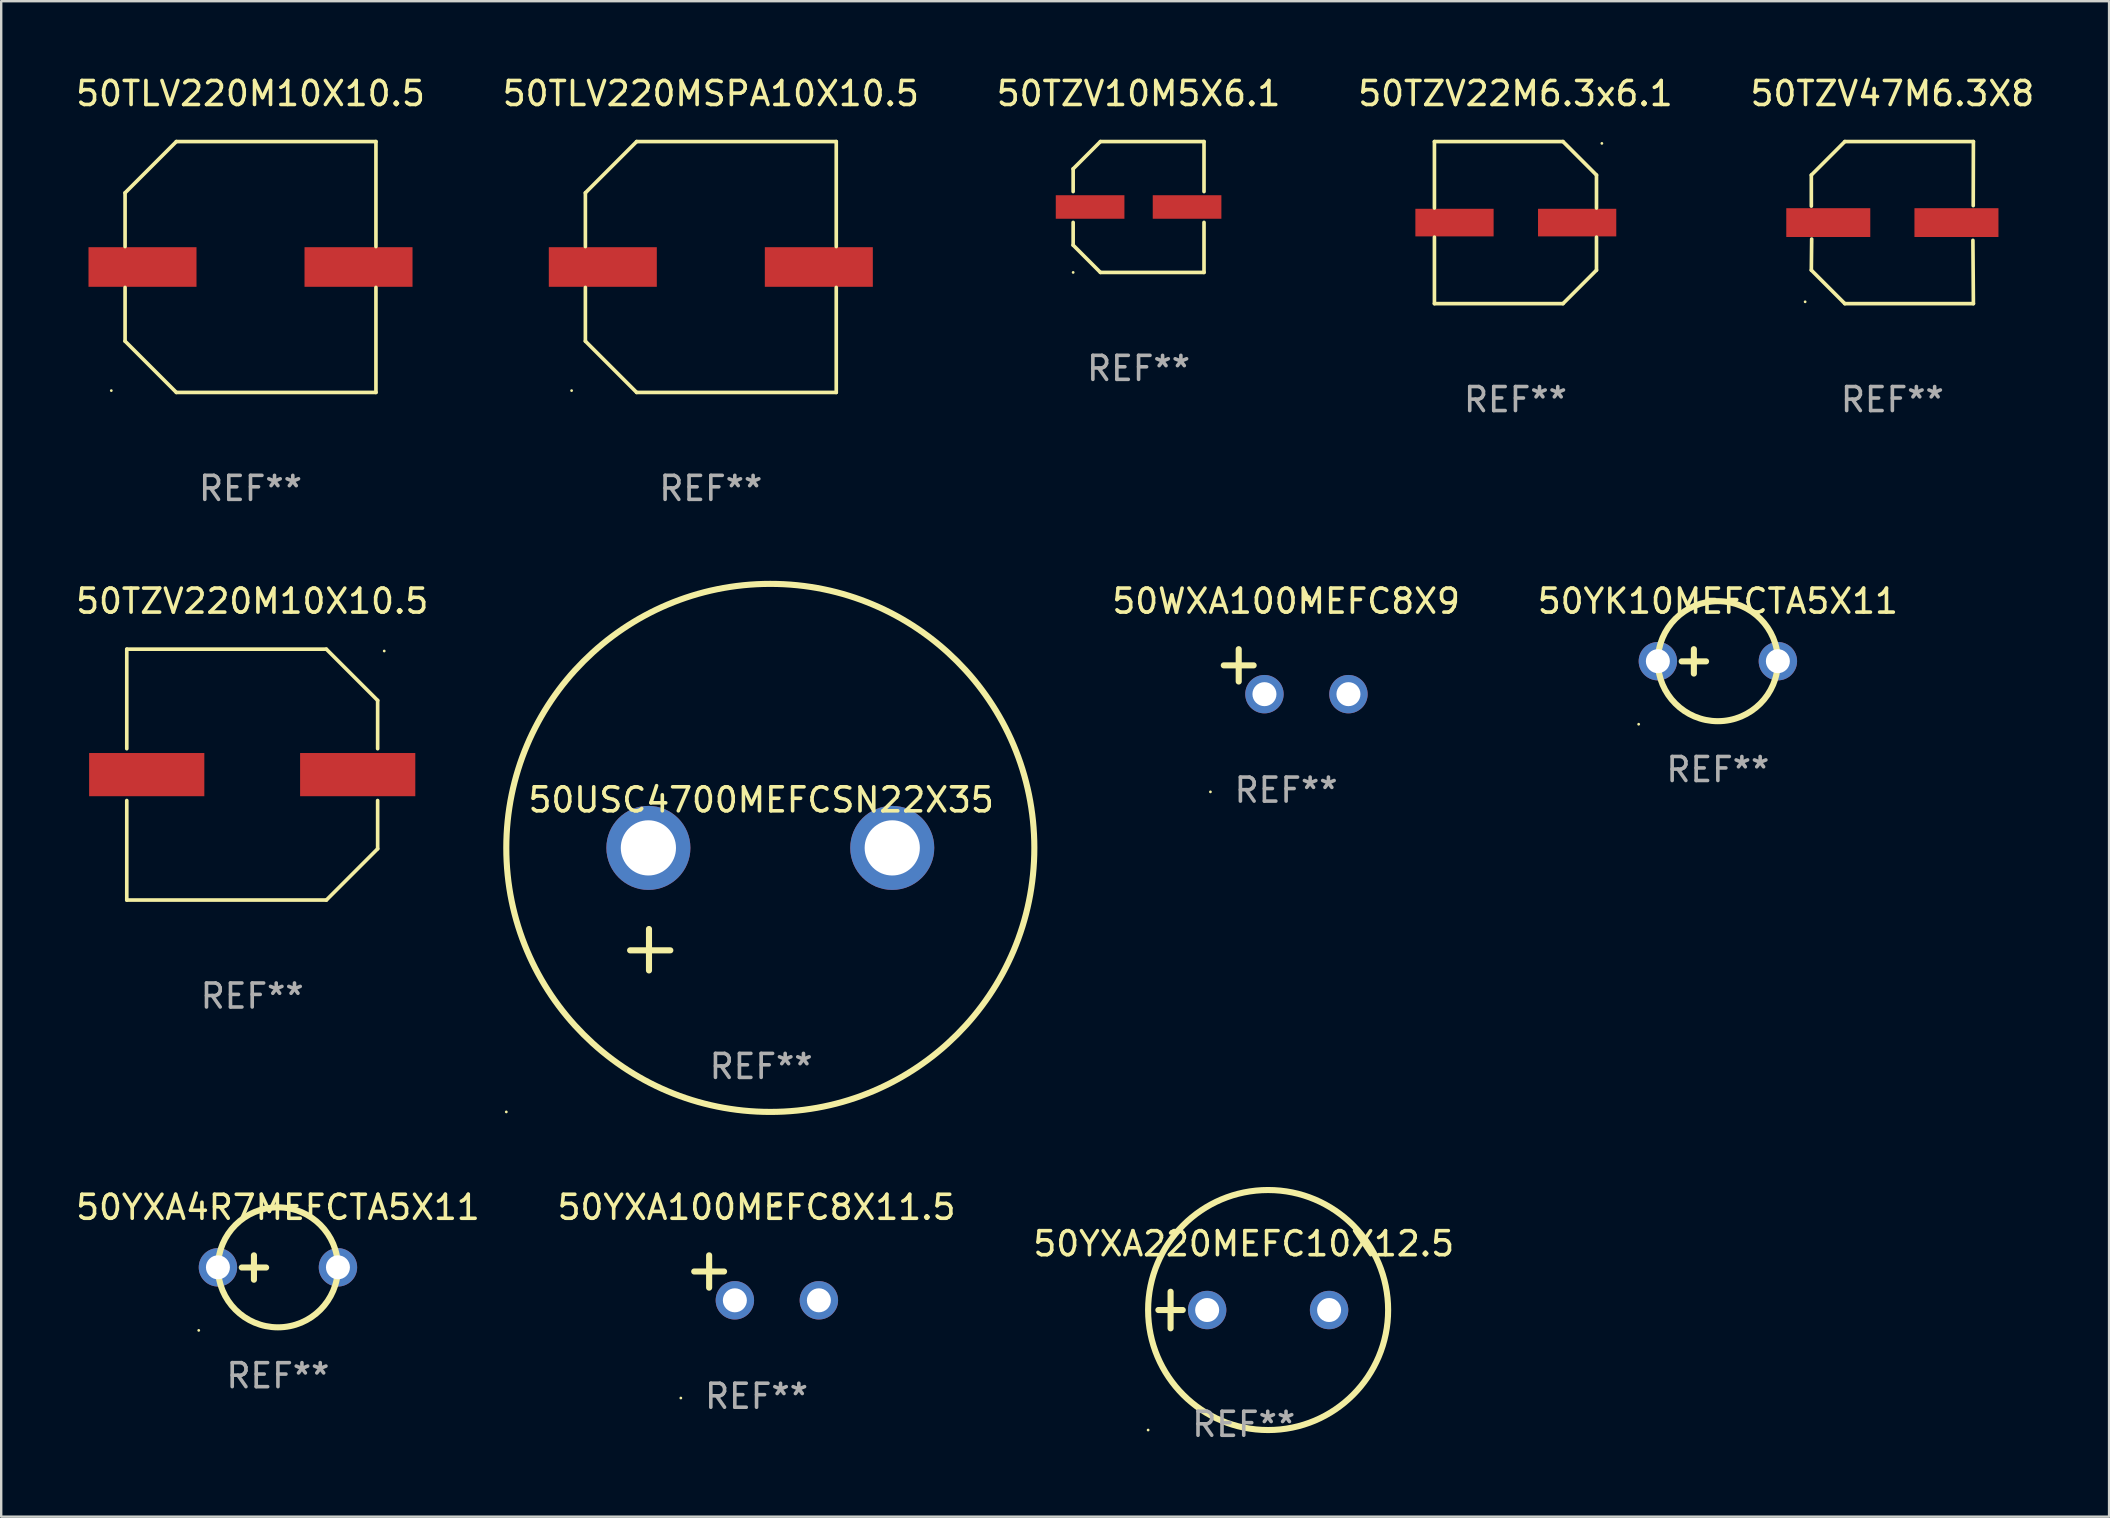
<source format=kicad_pcb>
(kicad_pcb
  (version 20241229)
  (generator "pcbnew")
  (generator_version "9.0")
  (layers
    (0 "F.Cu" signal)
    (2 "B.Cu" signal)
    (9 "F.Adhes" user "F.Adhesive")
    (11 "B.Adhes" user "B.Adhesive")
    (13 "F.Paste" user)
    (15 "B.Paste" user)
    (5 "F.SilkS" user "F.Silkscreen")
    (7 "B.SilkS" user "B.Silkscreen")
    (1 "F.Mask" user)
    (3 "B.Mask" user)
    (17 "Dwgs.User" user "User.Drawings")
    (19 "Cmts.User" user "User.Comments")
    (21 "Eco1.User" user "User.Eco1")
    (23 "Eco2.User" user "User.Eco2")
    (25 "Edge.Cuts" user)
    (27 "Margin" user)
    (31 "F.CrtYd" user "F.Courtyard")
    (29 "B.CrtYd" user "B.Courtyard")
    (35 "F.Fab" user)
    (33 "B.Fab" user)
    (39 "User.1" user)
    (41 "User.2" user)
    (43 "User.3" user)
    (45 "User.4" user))
  (footprint "50TZV10M5X6.1"
    (layer "F.Cu")
    (at 44.387 5.574)
    (property "Reference" "50TZV10M5X6.1" (at 0 -4.726 0) (layer "F.SilkS") (effects (font (size 1 1) (thickness 0.15))))
    (attr through_hole)
    (fp_line (start -2.726 -1.59) (end -1.59 -2.726) (stroke (width 0.152) (type solid)) (layer "F.SilkS"))
    (fp_line (start -2.726 -0.642) (end -2.726 -1.59) (stroke (width 0.152) (type solid)) (layer "F.SilkS"))
    (fp_line (start -2.726 0.642) (end -2.726 1.59) (stroke (width 0.152) (type solid)) (layer "F.SilkS"))
    (fp_line (start -2.726 1.59) (end -1.59 2.726) (stroke (width 0.152) (type solid)) (layer "F.SilkS"))
    (fp_line (start -1.59 -2.726) (end 2.726 -2.726) (stroke (width 0.152) (type solid)) (layer "F.SilkS"))
    (fp_line (start -1.59 2.726) (end 2.726 2.726) (stroke (width 0.152) (type solid)) (layer "F.SilkS"))
    (fp_line (start 2.726 -2.726) (end 2.726 -0.642) (stroke (width 0.152) (type solid)) (layer "F.SilkS"))
    (fp_line (start 2.726 2.726) (end 2.726 0.642) (stroke (width 0.152) (type solid)) (layer "F.SilkS"))
    (fp_circle (center -2.726 2.726) (end -2.696 2.726) (stroke (width 0.06) (type solid)) (fill no) (layer "F.SilkS"))
    (fp_text user "REF**" (at 0 6.726 0) (layer "F.Fab") (effects (font (size 1 1) (thickness 0.15))))
    (pad "1" smd rect (at -2.02 -0.000013) (size 2.86 0.98) (layers "F.Cu" "F.Mask" "F.Paste"))
    (pad "2" smd rect (at 2.02 -0.000013) (size 2.86 0.98) (layers "F.Cu" "F.Mask" "F.Paste")))
  (footprint "50YXA220MEFC10X12.5"
    (layer "F.Cu")
    (at 48.768 51.53)
    (property "Reference" "50YXA220MEFC10X12.5" (at 0 -2.762 0) (layer "F.SilkS") (effects (font (size 1 1) (thickness 0.15))))
    (attr through_hole)
    (fp_line (start -3.556 0) (end -2.54 0) (stroke (width 0.254) (type solid)) (layer "F.SilkS"))
    (fp_line (start -3.048 -0.762) (end -3.048 0.762) (stroke (width 0.254) (type solid)) (layer "F.SilkS"))
    (fp_circle (center -3.984 5) (end -3.954 5) (stroke (width 0.06) (type solid)) (fill no) (layer "F.SilkS"))
    (fp_circle (center 1.016 0) (end 6.016 0) (stroke (width 0.254) (type solid)) (fill no) (layer "F.SilkS"))
    (fp_text user "REF**" (at 0 4.762 0) (layer "F.Fab") (effects (font (size 1 1) (thickness 0.15))))
    (pad "1" thru_hole circle (at -1.524 0) (size 1.6 1.6) (drill 1) (layers "*.Cu" "*.Mask"))
    (pad "2" thru_hole circle (at 3.556 0) (size 1.6 1.6) (drill 1) (layers "*.Cu" "*.Mask")))
  (footprint "50YXA100MEFC8X11.5"
    (layer "F.Cu")
    (at 28.47 50.188)
    (property "Reference" "50YXA100MEFC8X11.5" (at 0 -2.937 0) (layer "F.SilkS") (effects (font (size 1 1) (thickness 0.15))))
    (attr through_hole)
    (fp_line (start -1.975 0.41) (end -1.975 -0.937) (stroke (width 0.254) (type solid)) (layer "F.SilkS"))
    (fp_line (start -1.353 -0.263) (end -2.597 -0.263) (stroke (width 0.254) (type solid)) (layer "F.SilkS"))
    (fp_arc (start 0.849809 -3.063957) (mid 0.885369 -3.064114) (end 0.920929 -3.063957) (stroke (width 0.254001) (type solid)) (layer "F.SilkS"))
    (fp_circle (center -3.154 5.008) (end -3.124 5.008) (stroke (width 0.06) (type solid)) (fill no) (layer "F.SilkS"))
    (fp_text user "REF**" (at 0 4.937 0) (layer "F.Fab") (effects (font (size 1 1) (thickness 0.15))))
    (pad "1" thru_hole circle (at -0.903 0.937) (size 1.6 1.6) (drill 1) (layers "*.Cu" "*.Mask"))
    (pad "2" thru_hole circle (at 2.597 0.937) (size 1.6 1.6) (drill 1) (layers "*.Cu" "*.Mask")))
  (footprint "50YXA4R7MEFCTA5X11"
    (layer "F.Cu")
    (at 8.53 49.759)
    (property "Reference" "50YXA4R7MEFCTA5X11" (at 0 -2.508 0) (layer "F.SilkS") (effects (font (size 1 1) (thickness 0.15))))
    (attr through_hole)
    (fp_line (start -1.508 0) (end -0.492 0) (stroke (width 0.254) (type solid)) (layer "F.SilkS"))
    (fp_line (start -1 -0.508) (end -1 0.508) (stroke (width 0.254) (type solid)) (layer "F.SilkS"))
    (fp_circle (center -3.3 2.619) (end -3.27 2.619) (stroke (width 0.06) (type solid)) (fill no) (layer "F.SilkS"))
    (fp_circle (center -0.000127 -0.008) (end 2.5 -0.008) (stroke (width 0.254) (type solid)) (fill no) (layer "F.SilkS"))
    (fp_text user "REF**" (at 0 4.508 0) (layer "F.Fab") (effects (font (size 1 1) (thickness 0.15))))
    (pad "1" thru_hole circle (at -2.5 -0.008) (size 1.6 1.6) (drill 1) (layers "*.Cu" "*.Mask"))
    (pad "2" thru_hole circle (at 2.5 -0.008) (size 1.6 1.6) (drill 1) (layers "*.Cu" "*.Mask")))
  (footprint "50USC4700MEFCSN22X35"
    (layer "F.Cu")
    (at 28.663 34.829)
    (property "Reference" "50USC4700MEFCSN22X35" (at 0 -4.553 0) (layer "F.SilkS") (effects (font (size 1 1) (thickness 0.15))))
    (attr through_hole)
    (fp_line (start -4.674 2.553) (end -4.674 0.826) (stroke (width 0.254) (type solid)) (layer "F.SilkS"))
    (fp_line (start -3.785 1.715) (end -5.461 1.715) (stroke (width 0.254) (type solid)) (layer "F.SilkS"))
    (fp_circle (center -10.619 8.447) (end -10.589 8.447) (stroke (width 0.06) (type solid)) (fill no) (layer "F.SilkS"))
    (fp_circle (center 0.381 -2.553) (end 11.381 -2.553) (stroke (width 0.254) (type solid)) (fill no) (layer "F.SilkS"))
    (fp_text user "REF**" (at 0 6.553 0) (layer "F.Fab") (effects (font (size 1 1) (thickness 0.15))))
    (pad "1" thru_hole circle (at -4.699 -2.553) (size 3.5 3.5) (drill 2.3) (layers "*.Cu" "*.Mask"))
    (pad "2" thru_hole circle (at 5.461 -2.553) (size 3.5 3.5) (drill 2.3) (layers "*.Cu" "*.Mask")))
  (footprint "50TZV22M6.3x6.1"
    (layer "F.Cu")
    (at 60.089 6.224)
    (property "Reference" "50TZV22M6.3x6.1" (at 0 -5.376 0) (layer "F.SilkS") (effects (font (size 1 1) (thickness 0.15))))
    (attr through_hole)
    (fp_line (start -3.376 -3.376) (end 1.98 -3.376) (stroke (width 0.152) (type solid)) (layer "F.SilkS"))
    (fp_line (start -3.376 -0.607) (end -3.376 -3.376) (stroke (width 0.152) (type solid)) (layer "F.SilkS"))
    (fp_line (start -3.376 0.607) (end -3.376 3.376) (stroke (width 0.152) (type solid)) (layer "F.SilkS"))
    (fp_line (start -3.376 3.376) (end 1.98 3.376) (stroke (width 0.152) (type solid)) (layer "F.SilkS"))
    (fp_line (start 1.98 -3.376) (end 3.376 -1.98) (stroke (width 0.152) (type solid)) (layer "F.SilkS"))
    (fp_line (start 1.98 3.376) (end 3.376 1.98) (stroke (width 0.152) (type solid)) (layer "F.SilkS"))
    (fp_line (start 3.376 -1.98) (end 3.376 -0.607) (stroke (width 0.152) (type solid)) (layer "F.SilkS"))
    (fp_line (start 3.376 1.98) (end 3.376 0.607) (stroke (width 0.152) (type solid)) (layer "F.SilkS"))
    (fp_circle (center 3.6 -3.3) (end 3.63 -3.3) (stroke (width 0.06) (type solid)) (fill no) (layer "F.SilkS"))
    (fp_text user "REF**" (at 0 7.376 0) (layer "F.Fab") (effects (font (size 1 1) (thickness 0.15))))
    (pad "1" smd rect (at 2.57 0 180) (size 3.26 1.15) (layers "F.Cu" "F.Mask" "F.Paste"))
    (pad "2" smd rect (at -2.54 0 180) (size 3.26 1.15) (layers "F.Cu" "F.Mask" "F.Paste")))
  (footprint "50YK10MEFCTA5X11"
    (layer "F.Cu")
    (at 68.522 24.505)
    (property "Reference" "50YK10MEFCTA5X11" (at 0 -2.508 0) (layer "F.SilkS") (effects (font (size 1 1) (thickness 0.15))))
    (attr through_hole)
    (fp_line (start -1.508 0) (end -0.492 0) (stroke (width 0.254) (type solid)) (layer "F.SilkS"))
    (fp_line (start -1 -0.508) (end -1 0.508) (stroke (width 0.254) (type solid)) (layer "F.SilkS"))
    (fp_circle (center -3.3 2.619) (end -3.27 2.619) (stroke (width 0.06) (type solid)) (fill no) (layer "F.SilkS"))
    (fp_circle (center -0.000127 -0.008) (end 2.5 -0.008) (stroke (width 0.254) (type solid)) (fill no) (layer "F.SilkS"))
    (fp_text user "REF**" (at 0 4.508 0) (layer "F.Fab") (effects (font (size 1 1) (thickness 0.15))))
    (pad "1" thru_hole circle (at -2.5 -0.008) (size 1.6 1.6) (drill 1) (layers "*.Cu" "*.Mask"))
    (pad "2" thru_hole circle (at 2.5 -0.008) (size 1.6 1.6) (drill 1) (layers "*.Cu" "*.Mask")))
  (footprint "50WXA100MEFC8X9"
    (layer "F.Cu")
    (at 50.534 24.934)
    (property "Reference" "50WXA100MEFC8X9" (at 0 -2.937 0) (layer "F.SilkS") (effects (font (size 1 1) (thickness 0.15))))
    (attr through_hole)
    (fp_line (start -1.975 0.41) (end -1.975 -0.937) (stroke (width 0.254) (type solid)) (layer "F.SilkS"))
    (fp_line (start -1.353 -0.263) (end -2.597 -0.263) (stroke (width 0.254) (type solid)) (layer "F.SilkS"))
    (fp_arc (start 0.849809 -3.063957) (mid 0.885369 -3.064114) (end 0.920929 -3.063957) (stroke (width 0.254001) (type solid)) (layer "F.SilkS"))
    (fp_circle (center -3.154 5.008) (end -3.124 5.008) (stroke (width 0.06) (type solid)) (fill no) (layer "F.SilkS"))
    (fp_text user "REF**" (at 0 4.937 0) (layer "F.Fab") (effects (font (size 1 1) (thickness 0.15))))
    (pad "1" thru_hole circle (at -0.903 0.937) (size 1.6 1.6) (drill 1) (layers "*.Cu" "*.Mask"))
    (pad "2" thru_hole circle (at 2.597 0.937) (size 1.6 1.6) (drill 1) (layers "*.Cu" "*.Mask")))
  (footprint "50TZV220M10X10.5"
    (layer "F.Cu")
    (at 7.458 29.223)
    (property "Reference" "50TZV220M10X10.5" (at 0 -7.226 0) (layer "F.SilkS") (effects (font (size 1 1) (thickness 0.15))))
    (attr through_hole)
    (fp_line (start -5.226 -5.226) (end -5.226 -1.08) (stroke (width 0.152) (type solid)) (layer "F.SilkS"))
    (fp_line (start -5.226 -5.226) (end 3.09 -5.226) (stroke (width 0.152) (type solid)) (layer "F.SilkS"))
    (fp_line (start -5.226 1.08) (end -5.226 5.226) (stroke (width 0.152) (type solid)) (layer "F.SilkS"))
    (fp_line (start -5.226 5.226) (end 3.09 5.226) (stroke (width 0.152) (type solid)) (layer "F.SilkS"))
    (fp_line (start 3.09 -5.226) (end 5.226 -3.09) (stroke (width 0.152) (type solid)) (layer "F.SilkS"))
    (fp_line (start 3.09 5.226) (end 5.226 3.09) (stroke (width 0.152) (type solid)) (layer "F.SilkS"))
    (fp_line (start 5.226 -1.08) (end 5.226 -3.09) (stroke (width 0.152) (type solid)) (layer "F.SilkS"))
    (fp_line (start 5.226 3.09) (end 5.226 1.08) (stroke (width 0.152) (type solid)) (layer "F.SilkS"))
    (fp_circle (center 5.5 -5.15) (end 5.53 -5.15) (stroke (width 0.06) (type solid)) (fill no) (layer "F.SilkS"))
    (fp_text user "REF**" (at 0 9.226 0) (layer "F.Fab") (effects (font (size 1 1) (thickness 0.15))))
    (pad "1" smd rect (at 4.395 0 180) (size 4.8 1.8) (layers "F.Cu" "F.Mask" "F.Paste"))
    (pad "2" smd rect (at -4.395 0 180) (size 4.8 1.8) (layers "F.Cu" "F.Mask" "F.Paste")))
  (footprint "50TZV47M6.3X8"
    (layer "F.Cu")
    (at 75.792 6.224)
    (property "Reference" "50TZV47M6.3X8" (at 0 -5.376 0) (layer "F.SilkS") (effects (font (size 1 1) (thickness 0.15))))
    (attr through_hole)
    (fp_line (start -3.376 -1.98) (end -3.376 -0.686) (stroke (width 0.152) (type solid)) (layer "F.SilkS"))
    (fp_line (start -3.376 1.981) (end -3.362 0.686) (stroke (width 0.152) (type solid)) (layer "F.SilkS"))
    (fp_line (start -1.981 3.376) (end -3.376 1.981) (stroke (width 0.152) (type solid)) (layer "F.SilkS"))
    (fp_line (start -1.98 -3.376) (end -3.376 -1.98) (stroke (width 0.152) (type solid)) (layer "F.SilkS"))
    (fp_line (start 3.356 0.74) (end 3.376 3.376) (stroke (width 0.152) (type solid)) (layer "F.SilkS"))
    (fp_line (start 3.369 -0.707) (end 3.376 -3.376) (stroke (width 0.152) (type solid)) (layer "F.SilkS"))
    (fp_line (start 3.376 3.376) (end -1.981 3.376) (stroke (width 0.152) (type solid)) (layer "F.SilkS"))
    (fp_line (start 3.376 -3.376) (end -1.98 -3.376) (stroke (width 0.152) (type solid)) (layer "F.SilkS"))
    (fp_circle (center -3.634 3.3) (end -3.604 3.3) (stroke (width 0.06) (type solid)) (fill no) (layer "F.SilkS"))
    (fp_text user "REF**" (at 0 7.376 0) (layer "F.Fab") (effects (font (size 1 1) (thickness 0.15))))
    (pad "1" smd rect (at -2.67 0.000254) (size 3.5 1.2) (layers "F.Cu" "F.Mask" "F.Paste"))
    (pad "2" smd rect (at 2.67 0.000254) (size 3.5 1.2) (layers "F.Cu" "F.Mask" "F.Paste")))
  (footprint "50TLV220MSPA10X10.5"
    (layer "F.Cu")
    (at 26.565 8.074)
    (property "Reference" "50TLV220MSPA10X10.5" (at 0 -7.226 0) (layer "F.SilkS") (effects (font (size 1 1) (thickness 0.15))))
    (attr through_hole)
    (fp_line (start -5.226 -3.09) (end -5.226 -0.852) (stroke (width 0.152) (type solid)) (layer "F.SilkS"))
    (fp_line (start -5.226 3.09) (end -5.226 0.852) (stroke (width 0.152) (type solid)) (layer "F.SilkS"))
    (fp_line (start -3.09 -5.226) (end -5.226 -3.09) (stroke (width 0.152) (type solid)) (layer "F.SilkS"))
    (fp_line (start -3.09 5.226) (end -5.226 3.09) (stroke (width 0.152) (type solid)) (layer "F.SilkS"))
    (fp_line (start 5.226 -5.226) (end -3.09 -5.226) (stroke (width 0.152) (type solid)) (layer "F.SilkS"))
    (fp_line (start 5.226 -0.852) (end 5.226 -5.226) (stroke (width 0.152) (type solid)) (layer "F.SilkS"))
    (fp_line (start 5.226 0.852) (end 5.226 5.226) (stroke (width 0.152) (type solid)) (layer "F.SilkS"))
    (fp_line (start 5.226 5.226) (end -3.09 5.226) (stroke (width 0.152) (type solid)) (layer "F.SilkS"))
    (fp_circle (center -5.8 5.15) (end -5.77 5.15) (stroke (width 0.06) (type solid)) (fill no) (layer "F.SilkS"))
    (fp_text user "REF**" (at 0 9.226 0) (layer "F.Fab") (effects (font (size 1 1) (thickness 0.15))))
    (pad "1" smd rect (at -4.5 0) (size 4.5 1.65) (layers "F.Cu" "F.Mask" "F.Paste"))
    (pad "2" smd rect (at 4.5 0) (size 4.5 1.65) (layers "F.Cu" "F.Mask" "F.Paste")))
  (footprint "50TLV220M10X10.5"
    (layer "F.Cu")
    (at 7.387 8.074)
    (property "Reference" "50TLV220M10X10.5" (at 0 -7.226 0) (layer "F.SilkS") (effects (font (size 1 1) (thickness 0.15))))
    (attr through_hole)
    (fp_line (start -5.226 -3.09) (end -5.226 -0.852) (stroke (width 0.152) (type solid)) (layer "F.SilkS"))
    (fp_line (start -5.226 3.09) (end -5.226 0.852) (stroke (width 0.152) (type solid)) (layer "F.SilkS"))
    (fp_line (start -3.09 -5.226) (end -5.226 -3.09) (stroke (width 0.152) (type solid)) (layer "F.SilkS"))
    (fp_line (start -3.09 5.226) (end -5.226 3.09) (stroke (width 0.152) (type solid)) (layer "F.SilkS"))
    (fp_line (start 5.226 -5.226) (end -3.09 -5.226) (stroke (width 0.152) (type solid)) (layer "F.SilkS"))
    (fp_line (start 5.226 -0.852) (end 5.226 -5.226) (stroke (width 0.152) (type solid)) (layer "F.SilkS"))
    (fp_line (start 5.226 0.852) (end 5.226 5.226) (stroke (width 0.152) (type solid)) (layer "F.SilkS"))
    (fp_line (start 5.226 5.226) (end -3.09 5.226) (stroke (width 0.152) (type solid)) (layer "F.SilkS"))
    (fp_circle (center -5.8 5.15) (end -5.77 5.15) (stroke (width 0.06) (type solid)) (fill no) (layer "F.SilkS"))
    (fp_text user "REF**" (at 0 9.226 0) (layer "F.Fab") (effects (font (size 1 1) (thickness 0.15))))
    (pad "1" smd rect (at -4.5 0) (size 4.5 1.65) (layers "F.Cu" "F.Mask" "F.Paste"))
    (pad "2" smd rect (at 4.5 0) (size 4.5 1.65) (layers "F.Cu" "F.Mask" "F.Paste")))
  (gr_rect
    (start -3 -3)
    (end 84.821 60.14)
    (stroke (width 0.1) (type default))
    (fill no)
    (layer "Edge.Cuts")))
</source>
